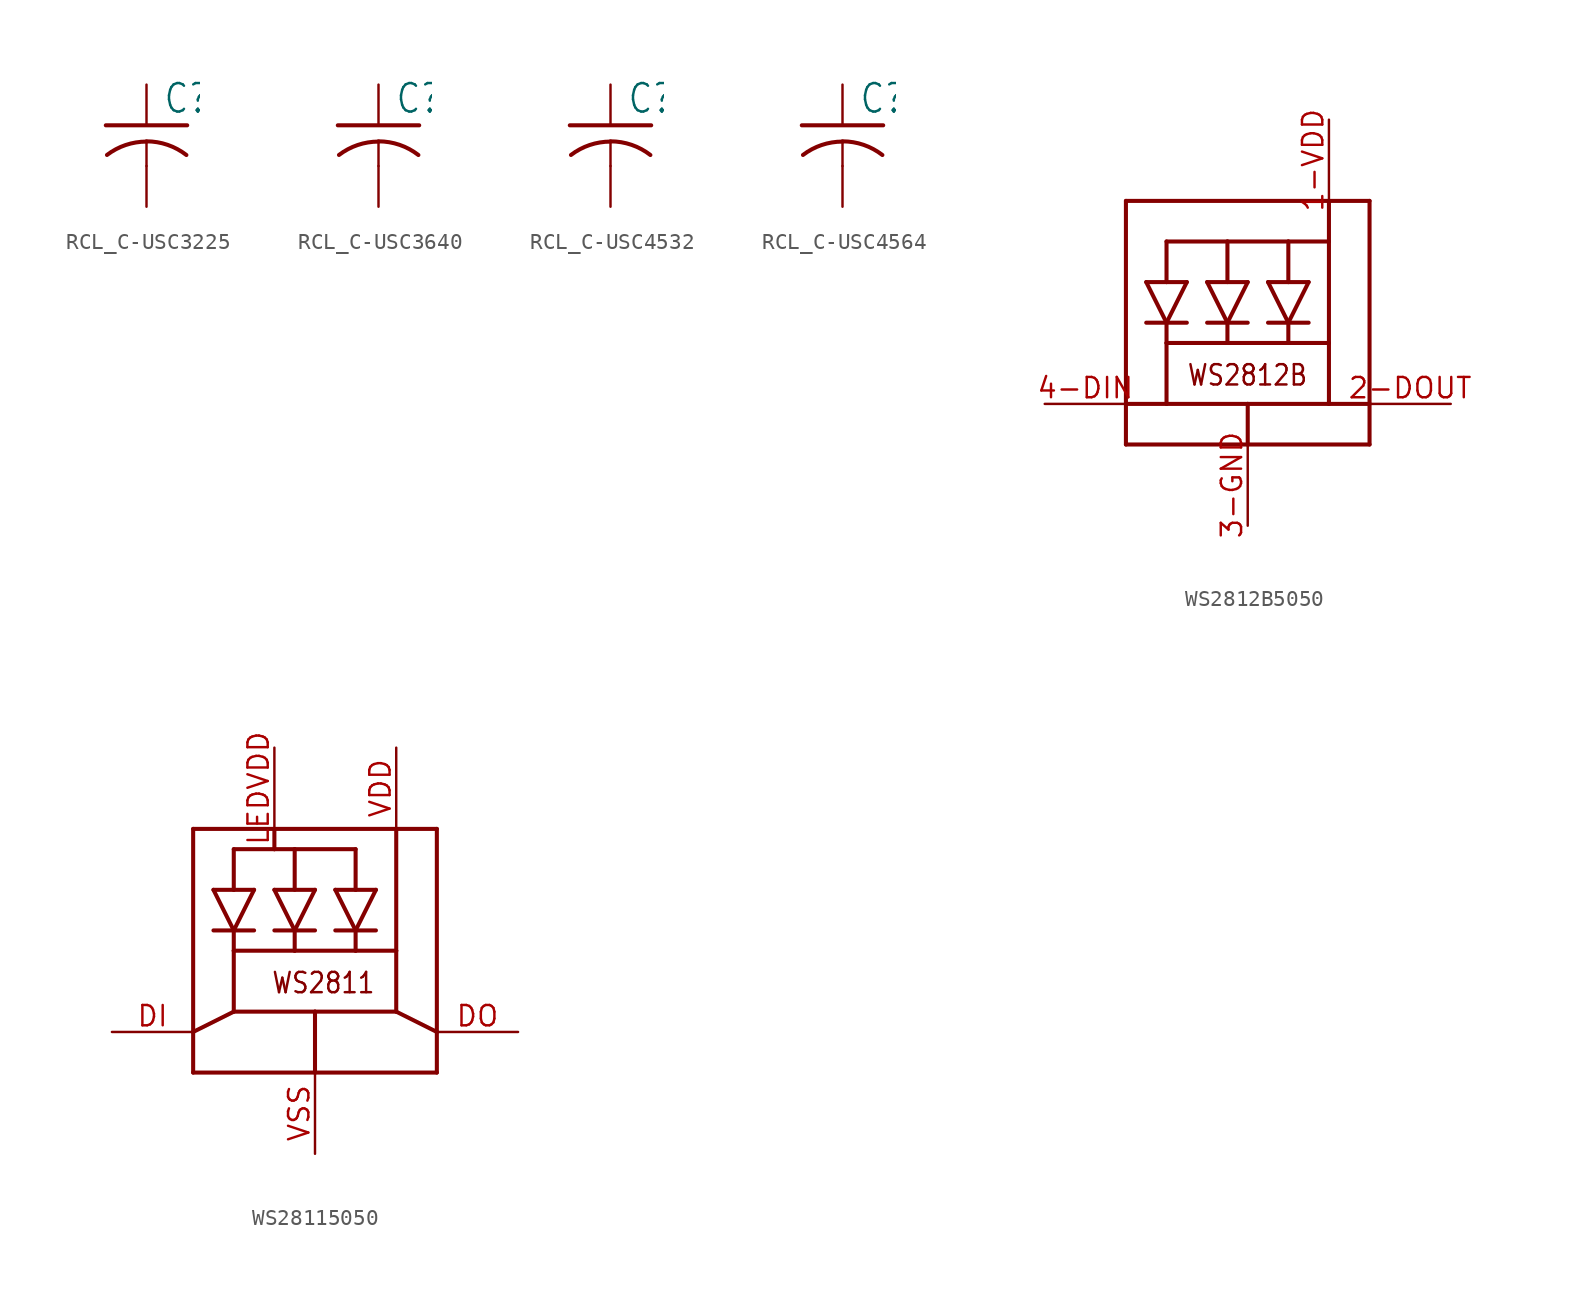
<source format=kicad_sym>
(kicad_symbol_lib
  (version 20220914)
  (generator kicad_symbol_editor)
  (symbol "RCL_C-USC3225"
    (property "Reference" "C"
      (at 1.016 0.635 0)
      (effects (font (size 1.778 1.511)) (justify left bottom)))
    (property "Value" ""
      (at 1.016 -4.191 0)
      (effects (font (size 1.778 1.511)) (justify left bottom)))
    (property "ki_locked" ""
      (at 0 0 0)
      (effects (font (size 1.27 1.27))))
    (symbol "RCL_C-USC3225_1_0"
      (arc (start 0 -1.0161) (mid -1.302 -1.2303) (end -2.4668 -1.8504) (stroke (width 0.254) (type solid)) (fill (type none)))
      (polyline (pts (xy -2.54 0) (xy 2.54 0)) (stroke (width 0.254) (type solid)) (fill (type none)))
      (polyline (pts (xy 0 -1.016) (xy 0 -2.54)) (stroke (width 0.152) (type solid)) (fill (type none)))
      (polyline (pts (xy 0 -1.016) (xy 0 -1.016)) (stroke (width 0.152) (type solid)) (fill (type none)))
      (arc (start 2.4892 -1.8541) (mid 1.3158 -1.2194) (end 0 -1) (stroke (width 0.254) (type solid)) (fill (type none)))
      (pin passive line (at 0 2.54 270) (length 2.54) (name "1" (effects (font (size 0 0)))) (number "1" (effects (font (size 0 0)))))
      (pin passive line (at 0 -5.08 90) (length 2.54) (name "2" (effects (font (size 0 0)))) (number "2" (effects (font (size 0 0)))))))
  (symbol "RCL_C-USC3640"
    (property "Reference" "C"
      (at 1.016 0.635 0)
      (effects (font (size 1.778 1.511)) (justify left bottom)))
    (property "Value" ""
      (at 1.016 -4.191 0)
      (effects (font (size 1.778 1.511)) (justify left bottom)))
    (property "ki_locked" ""
      (at 0 0 0)
      (effects (font (size 1.27 1.27))))
    (symbol "RCL_C-USC3640_1_0"
      (arc (start 0 -1.0161) (mid -1.302 -1.2303) (end -2.4668 -1.8504) (stroke (width 0.254) (type solid)) (fill (type none)))
      (polyline (pts (xy -2.54 0) (xy 2.54 0)) (stroke (width 0.254) (type solid)) (fill (type none)))
      (polyline (pts (xy 0 -1.016) (xy 0 -2.54)) (stroke (width 0.152) (type solid)) (fill (type none)))
      (polyline (pts (xy 0 -1.016) (xy 0 -1.016)) (stroke (width 0.152) (type solid)) (fill (type none)))
      (arc (start 2.4892 -1.8541) (mid 1.3158 -1.2194) (end 0 -1) (stroke (width 0.254) (type solid)) (fill (type none)))
      (pin passive line (at 0 2.54 270) (length 2.54) (name "1" (effects (font (size 0 0)))) (number "1" (effects (font (size 0 0)))))
      (pin passive line (at 0 -5.08 90) (length 2.54) (name "2" (effects (font (size 0 0)))) (number "2" (effects (font (size 0 0)))))))
  (symbol "RCL_C-USC4532"
    (property "Reference" "C"
      (at 1.016 0.635 0)
      (effects (font (size 1.778 1.511)) (justify left bottom)))
    (property "Value" ""
      (at 1.016 -4.191 0)
      (effects (font (size 1.778 1.511)) (justify left bottom)))
    (property "ki_locked" ""
      (at 0 0 0)
      (effects (font (size 1.27 1.27))))
    (symbol "RCL_C-USC4532_1_0"
      (arc (start 0 -1.0161) (mid -1.302 -1.2303) (end -2.4668 -1.8504) (stroke (width 0.254) (type solid)) (fill (type none)))
      (polyline (pts (xy -2.54 0) (xy 2.54 0)) (stroke (width 0.254) (type solid)) (fill (type none)))
      (polyline (pts (xy 0 -1.016) (xy 0 -2.54)) (stroke (width 0.152) (type solid)) (fill (type none)))
      (polyline (pts (xy 0 -1.016) (xy 0 -1.016)) (stroke (width 0.152) (type solid)) (fill (type none)))
      (arc (start 2.4892 -1.8541) (mid 1.3158 -1.2194) (end 0 -1) (stroke (width 0.254) (type solid)) (fill (type none)))
      (pin passive line (at 0 2.54 270) (length 2.54) (name "1" (effects (font (size 0 0)))) (number "1" (effects (font (size 0 0)))))
      (pin passive line (at 0 -5.08 90) (length 2.54) (name "2" (effects (font (size 0 0)))) (number "2" (effects (font (size 0 0)))))))
  (symbol "RCL_C-USC4564"
    (property "Reference" "C"
      (at 1.016 0.635 0)
      (effects (font (size 1.778 1.511)) (justify left bottom)))
    (property "Value" ""
      (at 1.016 -4.191 0)
      (effects (font (size 1.778 1.511)) (justify left bottom)))
    (property "ki_locked" ""
      (at 0 0 0)
      (effects (font (size 1.27 1.27))))
    (symbol "RCL_C-USC4564_1_0"
      (arc (start 0 -1.0161) (mid -1.302 -1.2303) (end -2.4668 -1.8504) (stroke (width 0.254) (type solid)) (fill (type none)))
      (polyline (pts (xy -2.54 0) (xy 2.54 0)) (stroke (width 0.254) (type solid)) (fill (type none)))
      (polyline (pts (xy 0 -1.016) (xy 0 -2.54)) (stroke (width 0.152) (type solid)) (fill (type none)))
      (polyline (pts (xy 0 -1.016) (xy 0 -1.016)) (stroke (width 0.152) (type solid)) (fill (type none)))
      (arc (start 2.4892 -1.8541) (mid 1.3158 -1.2194) (end 0 -1) (stroke (width 0.254) (type solid)) (fill (type none)))
      (pin passive line (at 0 2.54 270) (length 2.54) (name "1" (effects (font (size 0 0)))) (number "1" (effects (font (size 0 0)))))
      (pin passive line (at 0 -5.08 90) (length 2.54) (name "2" (effects (font (size 0 0)))) (number "2" (effects (font (size 0 0)))))))
  (symbol "WS2812B5050"
    (property "Reference" "LED"
      (at 0 0 0)
      (effects (font (size 1.27 1.27)) hide))
    (property "ki_locked" ""
      (at 0 0 0)
      (effects (font (size 1.27 1.27))))
    (symbol "WS2812B5050_1_0"
      (polyline (pts (xy -7.62 -5.08) (xy 0 -5.08)) (stroke (width 0.254) (type solid)) (fill (type none)))
      (polyline (pts (xy -7.62 -2.54) (xy -7.62 -5.08)) (stroke (width 0.254) (type solid)) (fill (type none)))
      (polyline (pts (xy -7.62 10.16) (xy -7.62 -2.54)) (stroke (width 0.254) (type solid)) (fill (type none)))
      (polyline (pts (xy -6.35 2.54) (xy -5.08 2.54)) (stroke (width 0.254) (type solid)) (fill (type none)))
      (polyline (pts (xy -6.35 5.08) (xy -5.08 5.08)) (stroke (width 0.254) (type solid)) (fill (type none)))
      (polyline (pts (xy -5.08 -2.54) (xy -7.62 -2.54)) (stroke (width 0.254) (type solid)) (fill (type none)))
      (polyline (pts (xy -5.08 -2.54) (xy 0 -2.54)) (stroke (width 0.254) (type solid)) (fill (type none)))
      (polyline (pts (xy -5.08 1.27) (xy -5.08 -2.54)) (stroke (width 0.254) (type solid)) (fill (type none)))
      (polyline (pts (xy -5.08 2.54) (xy -6.35 5.08)) (stroke (width 0.254) (type solid)) (fill (type none)))
      (polyline (pts (xy -5.08 2.54) (xy -5.08 1.27)) (stroke (width 0.254) (type solid)) (fill (type none)))
      (polyline (pts (xy -5.08 2.54) (xy -3.81 5.08)) (stroke (width 0.254) (type solid)) (fill (type none)))
      (polyline (pts (xy -5.08 5.08) (xy -3.81 5.08)) (stroke (width 0.254) (type solid)) (fill (type none)))
      (polyline (pts (xy -5.08 7.62) (xy -5.08 5.08)) (stroke (width 0.254) (type solid)) (fill (type none)))
      (polyline (pts (xy -3.81 2.54) (xy -5.08 2.54)) (stroke (width 0.254) (type solid)) (fill (type none)))
      (polyline (pts (xy -2.54 2.54) (xy -1.27 2.54)) (stroke (width 0.254) (type solid)) (fill (type none)))
      (polyline (pts (xy -2.54 5.08) (xy 0 5.08)) (stroke (width 0.254) (type solid)) (fill (type none)))
      (polyline (pts (xy -1.27 1.27) (xy -5.08 1.27)) (stroke (width 0.254) (type solid)) (fill (type none)))
      (polyline (pts (xy -1.27 2.54) (xy -2.54 5.08)) (stroke (width 0.254) (type solid)) (fill (type none)))
      (polyline (pts (xy -1.27 2.54) (xy -1.27 1.27)) (stroke (width 0.254) (type solid)) (fill (type none)))
      (polyline (pts (xy -1.27 2.54) (xy 0 2.54)) (stroke (width 0.254) (type solid)) (fill (type none)))
      (polyline (pts (xy -1.27 5.08) (xy -1.27 7.62)) (stroke (width 0.254) (type solid)) (fill (type none)))
      (polyline (pts (xy -1.27 7.62) (xy -5.08 7.62)) (stroke (width 0.254) (type solid)) (fill (type none)))
      (polyline (pts (xy 0 -5.08) (xy 7.62 -5.08)) (stroke (width 0.254) (type solid)) (fill (type none)))
      (polyline (pts (xy 0 -2.54) (xy 0 -5.08)) (stroke (width 0.254) (type solid)) (fill (type none)))
      (polyline (pts (xy 0 -2.54) (xy 5.08 -2.54)) (stroke (width 0.254) (type solid)) (fill (type none)))
      (polyline (pts (xy 0 5.08) (xy -1.27 2.54)) (stroke (width 0.254) (type solid)) (fill (type none)))
      (polyline (pts (xy 1.27 5.08) (xy 2.54 2.54)) (stroke (width 0.254) (type solid)) (fill (type none)))
      (polyline (pts (xy 1.27 5.08) (xy 2.54 5.08)) (stroke (width 0.254) (type solid)) (fill (type none)))
      (polyline (pts (xy 2.54 1.27) (xy -1.27 1.27)) (stroke (width 0.254) (type solid)) (fill (type none)))
      (polyline (pts (xy 2.54 2.54) (xy 1.27 2.54)) (stroke (width 0.254) (type solid)) (fill (type none)))
      (polyline (pts (xy 2.54 2.54) (xy 2.54 1.27)) (stroke (width 0.254) (type solid)) (fill (type none)))
      (polyline (pts (xy 2.54 2.54) (xy 3.81 2.54)) (stroke (width 0.254) (type solid)) (fill (type none)))
      (polyline (pts (xy 2.54 2.54) (xy 3.81 5.08)) (stroke (width 0.254) (type solid)) (fill (type none)))
      (polyline (pts (xy 2.54 5.08) (xy 2.54 7.62)) (stroke (width 0.254) (type solid)) (fill (type none)))
      (polyline (pts (xy 2.54 7.62) (xy -1.27 7.62)) (stroke (width 0.254) (type solid)) (fill (type none)))
      (polyline (pts (xy 2.54 7.62) (xy 5.08 7.62)) (stroke (width 0.254) (type solid)) (fill (type none)))
      (polyline (pts (xy 3.81 5.08) (xy 2.54 5.08)) (stroke (width 0.254) (type solid)) (fill (type none)))
      (polyline (pts (xy 5.08 -2.54) (xy 5.08 1.27)) (stroke (width 0.254) (type solid)) (fill (type none)))
      (polyline (pts (xy 5.08 -2.54) (xy 7.62 -2.54)) (stroke (width 0.254) (type solid)) (fill (type none)))
      (polyline (pts (xy 5.08 1.27) (xy 2.54 1.27)) (stroke (width 0.254) (type solid)) (fill (type none)))
      (polyline (pts (xy 5.08 7.62) (xy 5.08 1.27)) (stroke (width 0.254) (type solid)) (fill (type none)))
      (polyline (pts (xy 5.08 10.16) (xy -7.62 10.16)) (stroke (width 0.254) (type solid)) (fill (type none)))
      (polyline (pts (xy 5.08 10.16) (xy 5.08 7.62)) (stroke (width 0.254) (type solid)) (fill (type none)))
      (polyline (pts (xy 7.62 -5.08) (xy 7.62 -2.54)) (stroke (width 0.254) (type solid)) (fill (type none)))
      (polyline (pts (xy 7.62 -2.54) (xy 7.62 10.16)) (stroke (width 0.254) (type solid)) (fill (type none)))
      (polyline (pts (xy 7.62 10.16) (xy 5.08 10.16)) (stroke (width 0.254) (type solid)) (fill (type none)))
      (text "WS2812B" (at 3.81 0 0) (effects (font (size 1.27 1.079)) (justify right top)))
      (pin power_in line (at 5.08 15.24 270) (length 5.08) (name "VDD" (effects (font (size 0 0)))) (number "1-VDD" (effects (font (size 1.27 1.27)))))
      (pin output line (at 12.7 -2.54 180) (length 5.08) (name "DO" (effects (font (size 0 0)))) (number "2-DOUT" (effects (font (size 1.27 1.27)))))
      (pin power_in line (at 0 -10.16 90) (length 5.08) (name "GND" (effects (font (size 0 0)))) (number "3-GND" (effects (font (size 1.27 1.27)))))
      (pin input line (at -12.7 -2.54 0) (length 5.08) (name "DI" (effects (font (size 0 0)))) (number "4-DIN" (effects (font (size 1.27 1.27)))))))
  (symbol "WS28115050"
    (property "Reference" "LED"
      (at 0 0 0)
      (effects (font (size 1.27 1.27)) hide))
    (property "ki_locked" ""
      (at 0 0 0)
      (effects (font (size 1.27 1.27))))
    (symbol "WS28115050_1_0"
      (polyline (pts (xy -7.62 -5.08) (xy 0 -5.08)) (stroke (width 0.254) (type solid)) (fill (type none)))
      (polyline (pts (xy -7.62 -2.54) (xy -7.62 -5.08)) (stroke (width 0.254) (type solid)) (fill (type none)))
      (polyline (pts (xy -7.62 10.16) (xy -7.62 -2.54)) (stroke (width 0.254) (type solid)) (fill (type none)))
      (polyline (pts (xy -6.35 3.81) (xy -5.08 3.81)) (stroke (width 0.254) (type solid)) (fill (type none)))
      (polyline (pts (xy -6.35 6.35) (xy -5.08 6.35)) (stroke (width 0.254) (type solid)) (fill (type none)))
      (polyline (pts (xy -5.08 -1.27) (xy -7.62 -2.54)) (stroke (width 0.254) (type solid)) (fill (type none)))
      (polyline (pts (xy -5.08 -1.27) (xy 0 -1.27)) (stroke (width 0.254) (type solid)) (fill (type none)))
      (polyline (pts (xy -5.08 2.54) (xy -5.08 -1.27)) (stroke (width 0.254) (type solid)) (fill (type none)))
      (polyline (pts (xy -5.08 3.81) (xy -6.35 6.35)) (stroke (width 0.254) (type solid)) (fill (type none)))
      (polyline (pts (xy -5.08 3.81) (xy -5.08 2.54)) (stroke (width 0.254) (type solid)) (fill (type none)))
      (polyline (pts (xy -5.08 3.81) (xy -3.81 6.35)) (stroke (width 0.254) (type solid)) (fill (type none)))
      (polyline (pts (xy -5.08 6.35) (xy -3.81 6.35)) (stroke (width 0.254) (type solid)) (fill (type none)))
      (polyline (pts (xy -5.08 8.89) (xy -5.08 6.35)) (stroke (width 0.254) (type solid)) (fill (type none)))
      (polyline (pts (xy -3.81 3.81) (xy -5.08 3.81)) (stroke (width 0.254) (type solid)) (fill (type none)))
      (polyline (pts (xy -2.54 3.81) (xy -1.27 3.81)) (stroke (width 0.254) (type solid)) (fill (type none)))
      (polyline (pts (xy -2.54 6.35) (xy 0 6.35)) (stroke (width 0.254) (type solid)) (fill (type none)))
      (polyline (pts (xy -2.54 8.89) (xy -5.08 8.89)) (stroke (width 0.254) (type solid)) (fill (type none)))
      (polyline (pts (xy -2.54 10.16) (xy -7.62 10.16)) (stroke (width 0.254) (type solid)) (fill (type none)))
      (polyline (pts (xy -2.54 10.16) (xy -2.54 8.89)) (stroke (width 0.254) (type solid)) (fill (type none)))
      (polyline (pts (xy -1.27 2.54) (xy -5.08 2.54)) (stroke (width 0.254) (type solid)) (fill (type none)))
      (polyline (pts (xy -1.27 3.81) (xy -2.54 6.35)) (stroke (width 0.254) (type solid)) (fill (type none)))
      (polyline (pts (xy -1.27 3.81) (xy -1.27 2.54)) (stroke (width 0.254) (type solid)) (fill (type none)))
      (polyline (pts (xy -1.27 3.81) (xy 0 3.81)) (stroke (width 0.254) (type solid)) (fill (type none)))
      (polyline (pts (xy -1.27 6.35) (xy -1.27 8.89)) (stroke (width 0.254) (type solid)) (fill (type none)))
      (polyline (pts (xy -1.27 8.89) (xy -2.54 8.89)) (stroke (width 0.254) (type solid)) (fill (type none)))
      (polyline (pts (xy 0 -5.08) (xy 7.62 -5.08)) (stroke (width 0.254) (type solid)) (fill (type none)))
      (polyline (pts (xy 0 -1.27) (xy 0 -5.08)) (stroke (width 0.254) (type solid)) (fill (type none)))
      (polyline (pts (xy 0 -1.27) (xy 5.08 -1.27)) (stroke (width 0.254) (type solid)) (fill (type none)))
      (polyline (pts (xy 0 6.35) (xy -1.27 3.81)) (stroke (width 0.254) (type solid)) (fill (type none)))
      (polyline (pts (xy 1.27 6.35) (xy 2.54 3.81)) (stroke (width 0.254) (type solid)) (fill (type none)))
      (polyline (pts (xy 1.27 6.35) (xy 2.54 6.35)) (stroke (width 0.254) (type solid)) (fill (type none)))
      (polyline (pts (xy 2.54 2.54) (xy -1.27 2.54)) (stroke (width 0.254) (type solid)) (fill (type none)))
      (polyline (pts (xy 2.54 3.81) (xy 1.27 3.81)) (stroke (width 0.254) (type solid)) (fill (type none)))
      (polyline (pts (xy 2.54 3.81) (xy 2.54 2.54)) (stroke (width 0.254) (type solid)) (fill (type none)))
      (polyline (pts (xy 2.54 3.81) (xy 3.81 3.81)) (stroke (width 0.254) (type solid)) (fill (type none)))
      (polyline (pts (xy 2.54 3.81) (xy 3.81 6.35)) (stroke (width 0.254) (type solid)) (fill (type none)))
      (polyline (pts (xy 2.54 6.35) (xy 2.54 8.89)) (stroke (width 0.254) (type solid)) (fill (type none)))
      (polyline (pts (xy 2.54 8.89) (xy -1.27 8.89)) (stroke (width 0.254) (type solid)) (fill (type none)))
      (polyline (pts (xy 3.81 6.35) (xy 2.54 6.35)) (stroke (width 0.254) (type solid)) (fill (type none)))
      (polyline (pts (xy 5.08 -1.27) (xy 5.08 2.54)) (stroke (width 0.254) (type solid)) (fill (type none)))
      (polyline (pts (xy 5.08 -1.27) (xy 7.62 -2.54)) (stroke (width 0.254) (type solid)) (fill (type none)))
      (polyline (pts (xy 5.08 2.54) (xy 2.54 2.54)) (stroke (width 0.254) (type solid)) (fill (type none)))
      (polyline (pts (xy 5.08 10.16) (xy -2.54 10.16)) (stroke (width 0.254) (type solid)) (fill (type none)))
      (polyline (pts (xy 5.08 10.16) (xy 5.08 2.54)) (stroke (width 0.254) (type solid)) (fill (type none)))
      (polyline (pts (xy 7.62 -5.08) (xy 7.62 -2.54)) (stroke (width 0.254) (type solid)) (fill (type none)))
      (polyline (pts (xy 7.62 -2.54) (xy 7.62 10.16)) (stroke (width 0.254) (type solid)) (fill (type none)))
      (polyline (pts (xy 7.62 10.16) (xy 5.08 10.16)) (stroke (width 0.254) (type solid)) (fill (type none)))
      (text "WS2811" (at 3.81 1.27 0) (effects (font (size 1.27 1.079)) (justify right top)))
      (pin input line (at -12.7 -2.54 0) (length 5.08) (name "DI" (effects (font (size 0 0)))) (number "DI" (effects (font (size 1.27 1.27)))))
      (pin output line (at 12.7 -2.54 180) (length 5.08) (name "DO" (effects (font (size 0 0)))) (number "DO" (effects (font (size 1.27 1.27)))))
      (pin power_in line (at -2.54 15.24 270) (length 5.08) (name "LEDVDD" (effects (font (size 0 0)))) (number "LEDVDD" (effects (font (size 1.27 1.27)))))
      (pin power_in line (at 5.08 15.24 270) (length 5.08) (name "VDD" (effects (font (size 0 0)))) (number "VDD" (effects (font (size 1.27 1.27)))))
      (pin power_in line (at 0 -10.16 90) (length 5.08) (name "GND" (effects (font (size 0 0)))) (number "VSS" (effects (font (size 1.27 1.27))))))))
</source>
